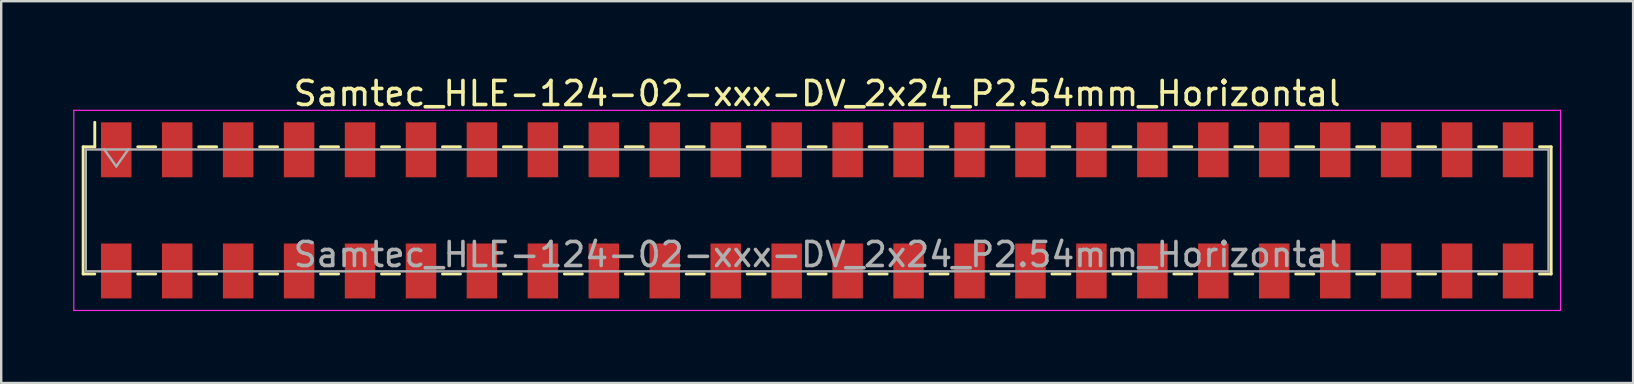
<source format=kicad_pcb>
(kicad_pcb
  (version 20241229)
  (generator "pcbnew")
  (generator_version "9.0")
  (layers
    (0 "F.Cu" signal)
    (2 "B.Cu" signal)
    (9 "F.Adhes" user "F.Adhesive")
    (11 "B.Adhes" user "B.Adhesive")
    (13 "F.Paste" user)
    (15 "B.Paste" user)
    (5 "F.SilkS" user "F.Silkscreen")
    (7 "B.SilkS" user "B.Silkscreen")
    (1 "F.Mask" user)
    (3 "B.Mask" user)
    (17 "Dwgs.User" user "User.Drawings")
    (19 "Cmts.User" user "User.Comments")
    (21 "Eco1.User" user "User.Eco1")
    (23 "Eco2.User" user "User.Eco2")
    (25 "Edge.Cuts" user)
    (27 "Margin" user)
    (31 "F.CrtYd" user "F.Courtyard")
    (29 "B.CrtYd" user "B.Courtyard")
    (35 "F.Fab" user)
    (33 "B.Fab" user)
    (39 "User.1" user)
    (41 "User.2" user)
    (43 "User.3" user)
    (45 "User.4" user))
  (footprint "Samtec_HLE-124-02-xxx-DV_2x24_P2.54mm_Horizontal"
    (layer "F.Cu")
    (at 31.005 5.718)
    (property "Reference" "Samtec_HLE-124-02-xxx-DV_2x24_P2.54mm_Horizontal" (at 0 -4.87 0) (layer "F.SilkS") (effects (font (size 1 1) (thickness 0.15))))
    (attr smd)
    (fp_line (start -30.59 -2.65) (end -30.59 2.65) (stroke (width 0.12) (type solid)) (layer "F.SilkS"))
    (fp_line (start -30.59 2.65) (end -30.105 2.65) (stroke (width 0.12) (type solid)) (layer "F.SilkS"))
    (fp_line (start -30.105 -3.67) (end -30.105 -2.65) (stroke (width 0.12) (type solid)) (layer "F.SilkS"))
    (fp_line (start -30.105 -2.65) (end -30.59 -2.65) (stroke (width 0.12) (type solid)) (layer "F.SilkS"))
    (fp_line (start -28.315 -2.65) (end -27.565 -2.65) (stroke (width 0.12) (type solid)) (layer "F.SilkS"))
    (fp_line (start -28.315 2.65) (end -27.565 2.65) (stroke (width 0.12) (type solid)) (layer "F.SilkS"))
    (fp_line (start -25.775 -2.65) (end -25.025 -2.65) (stroke (width 0.12) (type solid)) (layer "F.SilkS"))
    (fp_line (start -25.775 2.65) (end -25.025 2.65) (stroke (width 0.12) (type solid)) (layer "F.SilkS"))
    (fp_line (start -23.235 -2.65) (end -22.485 -2.65) (stroke (width 0.12) (type solid)) (layer "F.SilkS"))
    (fp_line (start -23.235 2.65) (end -22.485 2.65) (stroke (width 0.12) (type solid)) (layer "F.SilkS"))
    (fp_line (start -20.695 -2.65) (end -19.945 -2.65) (stroke (width 0.12) (type solid)) (layer "F.SilkS"))
    (fp_line (start -20.695 2.65) (end -19.945 2.65) (stroke (width 0.12) (type solid)) (layer "F.SilkS"))
    (fp_line (start -18.155 -2.65) (end -17.405 -2.65) (stroke (width 0.12) (type solid)) (layer "F.SilkS"))
    (fp_line (start -18.155 2.65) (end -17.405 2.65) (stroke (width 0.12) (type solid)) (layer "F.SilkS"))
    (fp_line (start -15.615 -2.65) (end -14.865 -2.65) (stroke (width 0.12) (type solid)) (layer "F.SilkS"))
    (fp_line (start -15.615 2.65) (end -14.865 2.65) (stroke (width 0.12) (type solid)) (layer "F.SilkS"))
    (fp_line (start -13.075 -2.65) (end -12.325 -2.65) (stroke (width 0.12) (type solid)) (layer "F.SilkS"))
    (fp_line (start -13.075 2.65) (end -12.325 2.65) (stroke (width 0.12) (type solid)) (layer "F.SilkS"))
    (fp_line (start -10.535 -2.65) (end -9.785 -2.65) (stroke (width 0.12) (type solid)) (layer "F.SilkS"))
    (fp_line (start -10.535 2.65) (end -9.785 2.65) (stroke (width 0.12) (type solid)) (layer "F.SilkS"))
    (fp_line (start -7.995 -2.65) (end -7.245 -2.65) (stroke (width 0.12) (type solid)) (layer "F.SilkS"))
    (fp_line (start -7.995 2.65) (end -7.245 2.65) (stroke (width 0.12) (type solid)) (layer "F.SilkS"))
    (fp_line (start -5.455 -2.65) (end -4.705 -2.65) (stroke (width 0.12) (type solid)) (layer "F.SilkS"))
    (fp_line (start -5.455 2.65) (end -4.705 2.65) (stroke (width 0.12) (type solid)) (layer "F.SilkS"))
    (fp_line (start -2.915 -2.65) (end -2.165 -2.65) (stroke (width 0.12) (type solid)) (layer "F.SilkS"))
    (fp_line (start -2.915 2.65) (end -2.165 2.65) (stroke (width 0.12) (type solid)) (layer "F.SilkS"))
    (fp_line (start -0.375 -2.65) (end 0.375 -2.65) (stroke (width 0.12) (type solid)) (layer "F.SilkS"))
    (fp_line (start -0.375 2.65) (end 0.375 2.65) (stroke (width 0.12) (type solid)) (layer "F.SilkS"))
    (fp_line (start 2.165 -2.65) (end 2.915 -2.65) (stroke (width 0.12) (type solid)) (layer "F.SilkS"))
    (fp_line (start 2.165 2.65) (end 2.915 2.65) (stroke (width 0.12) (type solid)) (layer "F.SilkS"))
    (fp_line (start 4.705 -2.65) (end 5.455 -2.65) (stroke (width 0.12) (type solid)) (layer "F.SilkS"))
    (fp_line (start 4.705 2.65) (end 5.455 2.65) (stroke (width 0.12) (type solid)) (layer "F.SilkS"))
    (fp_line (start 7.245 -2.65) (end 7.995 -2.65) (stroke (width 0.12) (type solid)) (layer "F.SilkS"))
    (fp_line (start 7.245 2.65) (end 7.995 2.65) (stroke (width 0.12) (type solid)) (layer "F.SilkS"))
    (fp_line (start 9.785 -2.65) (end 10.535 -2.65) (stroke (width 0.12) (type solid)) (layer "F.SilkS"))
    (fp_line (start 9.785 2.65) (end 10.535 2.65) (stroke (width 0.12) (type solid)) (layer "F.SilkS"))
    (fp_line (start 12.325 -2.65) (end 13.075 -2.65) (stroke (width 0.12) (type solid)) (layer "F.SilkS"))
    (fp_line (start 12.325 2.65) (end 13.075 2.65) (stroke (width 0.12) (type solid)) (layer "F.SilkS"))
    (fp_line (start 14.865 -2.65) (end 15.615 -2.65) (stroke (width 0.12) (type solid)) (layer "F.SilkS"))
    (fp_line (start 14.865 2.65) (end 15.615 2.65) (stroke (width 0.12) (type solid)) (layer "F.SilkS"))
    (fp_line (start 17.405 -2.65) (end 18.155 -2.65) (stroke (width 0.12) (type solid)) (layer "F.SilkS"))
    (fp_line (start 17.405 2.65) (end 18.155 2.65) (stroke (width 0.12) (type solid)) (layer "F.SilkS"))
    (fp_line (start 19.945 -2.65) (end 20.695 -2.65) (stroke (width 0.12) (type solid)) (layer "F.SilkS"))
    (fp_line (start 19.945 2.65) (end 20.695 2.65) (stroke (width 0.12) (type solid)) (layer "F.SilkS"))
    (fp_line (start 22.485 -2.65) (end 23.235 -2.65) (stroke (width 0.12) (type solid)) (layer "F.SilkS"))
    (fp_line (start 22.485 2.65) (end 23.235 2.65) (stroke (width 0.12) (type solid)) (layer "F.SilkS"))
    (fp_line (start 25.025 -2.65) (end 25.775 -2.65) (stroke (width 0.12) (type solid)) (layer "F.SilkS"))
    (fp_line (start 25.025 2.65) (end 25.775 2.65) (stroke (width 0.12) (type solid)) (layer "F.SilkS"))
    (fp_line (start 27.565 -2.65) (end 28.315 -2.65) (stroke (width 0.12) (type solid)) (layer "F.SilkS"))
    (fp_line (start 27.565 2.65) (end 28.315 2.65) (stroke (width 0.12) (type solid)) (layer "F.SilkS"))
    (fp_line (start 30.105 -2.65) (end 30.59 -2.65) (stroke (width 0.12) (type solid)) (layer "F.SilkS"))
    (fp_line (start 30.59 -2.65) (end 30.59 2.65) (stroke (width 0.12) (type solid)) (layer "F.SilkS"))
    (fp_line (start 30.59 2.65) (end 30.105 2.65) (stroke (width 0.12) (type solid)) (layer "F.SilkS"))
    (fp_line (start -30.98 -4.17) (end 30.98 -4.17) (stroke (width 0.05) (type solid)) (layer "F.CrtYd"))
    (fp_line (start -30.98 4.17) (end -30.98 -4.17) (stroke (width 0.05) (type solid)) (layer "F.CrtYd"))
    (fp_line (start 30.98 -4.17) (end 30.98 4.17) (stroke (width 0.05) (type solid)) (layer "F.CrtYd"))
    (fp_line (start 30.98 4.17) (end -30.98 4.17) (stroke (width 0.05) (type solid)) (layer "F.CrtYd"))
    (fp_line (start -30.48 -2.54) (end 30.48 -2.54) (stroke (width 0.1) (type solid)) (layer "F.Fab"))
    (fp_line (start -30.48 2.54) (end -30.48 -2.54) (stroke (width 0.1) (type solid)) (layer "F.Fab"))
    (fp_line (start -29.71 -2.54) (end -29.21 -1.833) (stroke (width 0.1) (type solid)) (layer "F.Fab"))
    (fp_line (start -29.21 -1.833) (end -28.71 -2.54) (stroke (width 0.1) (type solid)) (layer "F.Fab"))
    (fp_line (start 30.48 -2.54) (end 30.48 2.54) (stroke (width 0.1) (type solid)) (layer "F.Fab"))
    (fp_line (start 30.48 2.54) (end -30.48 2.54) (stroke (width 0.1) (type solid)) (layer "F.Fab"))
    (fp_text user "${REFERENCE}" (at 0 1.84 0) (layer "F.Fab") (effects (font (size 1 1) (thickness 0.15))))
    (pad "1" smd rect (at -29.21 -2.525) (size 1.27 2.29) (layers "F.Cu" "F.Mask" "F.Paste"))
    (pad "2" smd rect (at -29.21 2.525) (size 1.27 2.29) (layers "F.Cu" "F.Mask" "F.Paste"))
    (pad "3" smd rect (at -26.67 -2.525) (size 1.27 2.29) (layers "F.Cu" "F.Mask" "F.Paste"))
    (pad "4" smd rect (at -26.67 2.525) (size 1.27 2.29) (layers "F.Cu" "F.Mask" "F.Paste"))
    (pad "5" smd rect (at -24.13 -2.525) (size 1.27 2.29) (layers "F.Cu" "F.Mask" "F.Paste"))
    (pad "6" smd rect (at -24.13 2.525) (size 1.27 2.29) (layers "F.Cu" "F.Mask" "F.Paste"))
    (pad "7" smd rect (at -21.59 -2.525) (size 1.27 2.29) (layers "F.Cu" "F.Mask" "F.Paste"))
    (pad "8" smd rect (at -21.59 2.525) (size 1.27 2.29) (layers "F.Cu" "F.Mask" "F.Paste"))
    (pad "9" smd rect (at -19.05 -2.525) (size 1.27 2.29) (layers "F.Cu" "F.Mask" "F.Paste"))
    (pad "10" smd rect (at -19.05 2.525) (size 1.27 2.29) (layers "F.Cu" "F.Mask" "F.Paste"))
    (pad "11" smd rect (at -16.51 -2.525) (size 1.27 2.29) (layers "F.Cu" "F.Mask" "F.Paste"))
    (pad "12" smd rect (at -16.51 2.525) (size 1.27 2.29) (layers "F.Cu" "F.Mask" "F.Paste"))
    (pad "13" smd rect (at -13.97 -2.525) (size 1.27 2.29) (layers "F.Cu" "F.Mask" "F.Paste"))
    (pad "14" smd rect (at -13.97 2.525) (size 1.27 2.29) (layers "F.Cu" "F.Mask" "F.Paste"))
    (pad "15" smd rect (at -11.43 -2.525) (size 1.27 2.29) (layers "F.Cu" "F.Mask" "F.Paste"))
    (pad "16" smd rect (at -11.43 2.525) (size 1.27 2.29) (layers "F.Cu" "F.Mask" "F.Paste"))
    (pad "17" smd rect (at -8.89 -2.525) (size 1.27 2.29) (layers "F.Cu" "F.Mask" "F.Paste"))
    (pad "18" smd rect (at -8.89 2.525) (size 1.27 2.29) (layers "F.Cu" "F.Mask" "F.Paste"))
    (pad "19" smd rect (at -6.35 -2.525) (size 1.27 2.29) (layers "F.Cu" "F.Mask" "F.Paste"))
    (pad "20" smd rect (at -6.35 2.525) (size 1.27 2.29) (layers "F.Cu" "F.Mask" "F.Paste"))
    (pad "21" smd rect (at -3.81 -2.525) (size 1.27 2.29) (layers "F.Cu" "F.Mask" "F.Paste"))
    (pad "22" smd rect (at -3.81 2.525) (size 1.27 2.29) (layers "F.Cu" "F.Mask" "F.Paste"))
    (pad "23" smd rect (at -1.27 -2.525) (size 1.27 2.29) (layers "F.Cu" "F.Mask" "F.Paste"))
    (pad "24" smd rect (at -1.27 2.525) (size 1.27 2.29) (layers "F.Cu" "F.Mask" "F.Paste"))
    (pad "25" smd rect (at 1.27 -2.525) (size 1.27 2.29) (layers "F.Cu" "F.Mask" "F.Paste"))
    (pad "26" smd rect (at 1.27 2.525) (size 1.27 2.29) (layers "F.Cu" "F.Mask" "F.Paste"))
    (pad "27" smd rect (at 3.81 -2.525) (size 1.27 2.29) (layers "F.Cu" "F.Mask" "F.Paste"))
    (pad "28" smd rect (at 3.81 2.525) (size 1.27 2.29) (layers "F.Cu" "F.Mask" "F.Paste"))
    (pad "29" smd rect (at 6.35 -2.525) (size 1.27 2.29) (layers "F.Cu" "F.Mask" "F.Paste"))
    (pad "30" smd rect (at 6.35 2.525) (size 1.27 2.29) (layers "F.Cu" "F.Mask" "F.Paste"))
    (pad "31" smd rect (at 8.89 -2.525) (size 1.27 2.29) (layers "F.Cu" "F.Mask" "F.Paste"))
    (pad "32" smd rect (at 8.89 2.525) (size 1.27 2.29) (layers "F.Cu" "F.Mask" "F.Paste"))
    (pad "33" smd rect (at 11.43 -2.525) (size 1.27 2.29) (layers "F.Cu" "F.Mask" "F.Paste"))
    (pad "34" smd rect (at 11.43 2.525) (size 1.27 2.29) (layers "F.Cu" "F.Mask" "F.Paste"))
    (pad "35" smd rect (at 13.97 -2.525) (size 1.27 2.29) (layers "F.Cu" "F.Mask" "F.Paste"))
    (pad "36" smd rect (at 13.97 2.525) (size 1.27 2.29) (layers "F.Cu" "F.Mask" "F.Paste"))
    (pad "37" smd rect (at 16.51 -2.525) (size 1.27 2.29) (layers "F.Cu" "F.Mask" "F.Paste"))
    (pad "38" smd rect (at 16.51 2.525) (size 1.27 2.29) (layers "F.Cu" "F.Mask" "F.Paste"))
    (pad "39" smd rect (at 19.05 -2.525) (size 1.27 2.29) (layers "F.Cu" "F.Mask" "F.Paste"))
    (pad "40" smd rect (at 19.05 2.525) (size 1.27 2.29) (layers "F.Cu" "F.Mask" "F.Paste"))
    (pad "41" smd rect (at 21.59 -2.525) (size 1.27 2.29) (layers "F.Cu" "F.Mask" "F.Paste"))
    (pad "42" smd rect (at 21.59 2.525) (size 1.27 2.29) (layers "F.Cu" "F.Mask" "F.Paste"))
    (pad "43" smd rect (at 24.13 -2.525) (size 1.27 2.29) (layers "F.Cu" "F.Mask" "F.Paste"))
    (pad "44" smd rect (at 24.13 2.525) (size 1.27 2.29) (layers "F.Cu" "F.Mask" "F.Paste"))
    (pad "45" smd rect (at 26.67 -2.525) (size 1.27 2.29) (layers "F.Cu" "F.Mask" "F.Paste"))
    (pad "46" smd rect (at 26.67 2.525) (size 1.27 2.29) (layers "F.Cu" "F.Mask" "F.Paste"))
    (pad "47" smd rect (at 29.21 -2.525) (size 1.27 2.29) (layers "F.Cu" "F.Mask" "F.Paste"))
    (pad "48" smd rect (at 29.21 2.525) (size 1.27 2.29) (layers "F.Cu" "F.Mask" "F.Paste")))
  (gr_rect
    (start -3 -3)
    (end 65.01 12.913)
    (stroke (width 0.1) (type default))
    (fill no)
    (layer "Edge.Cuts")))
</source>
